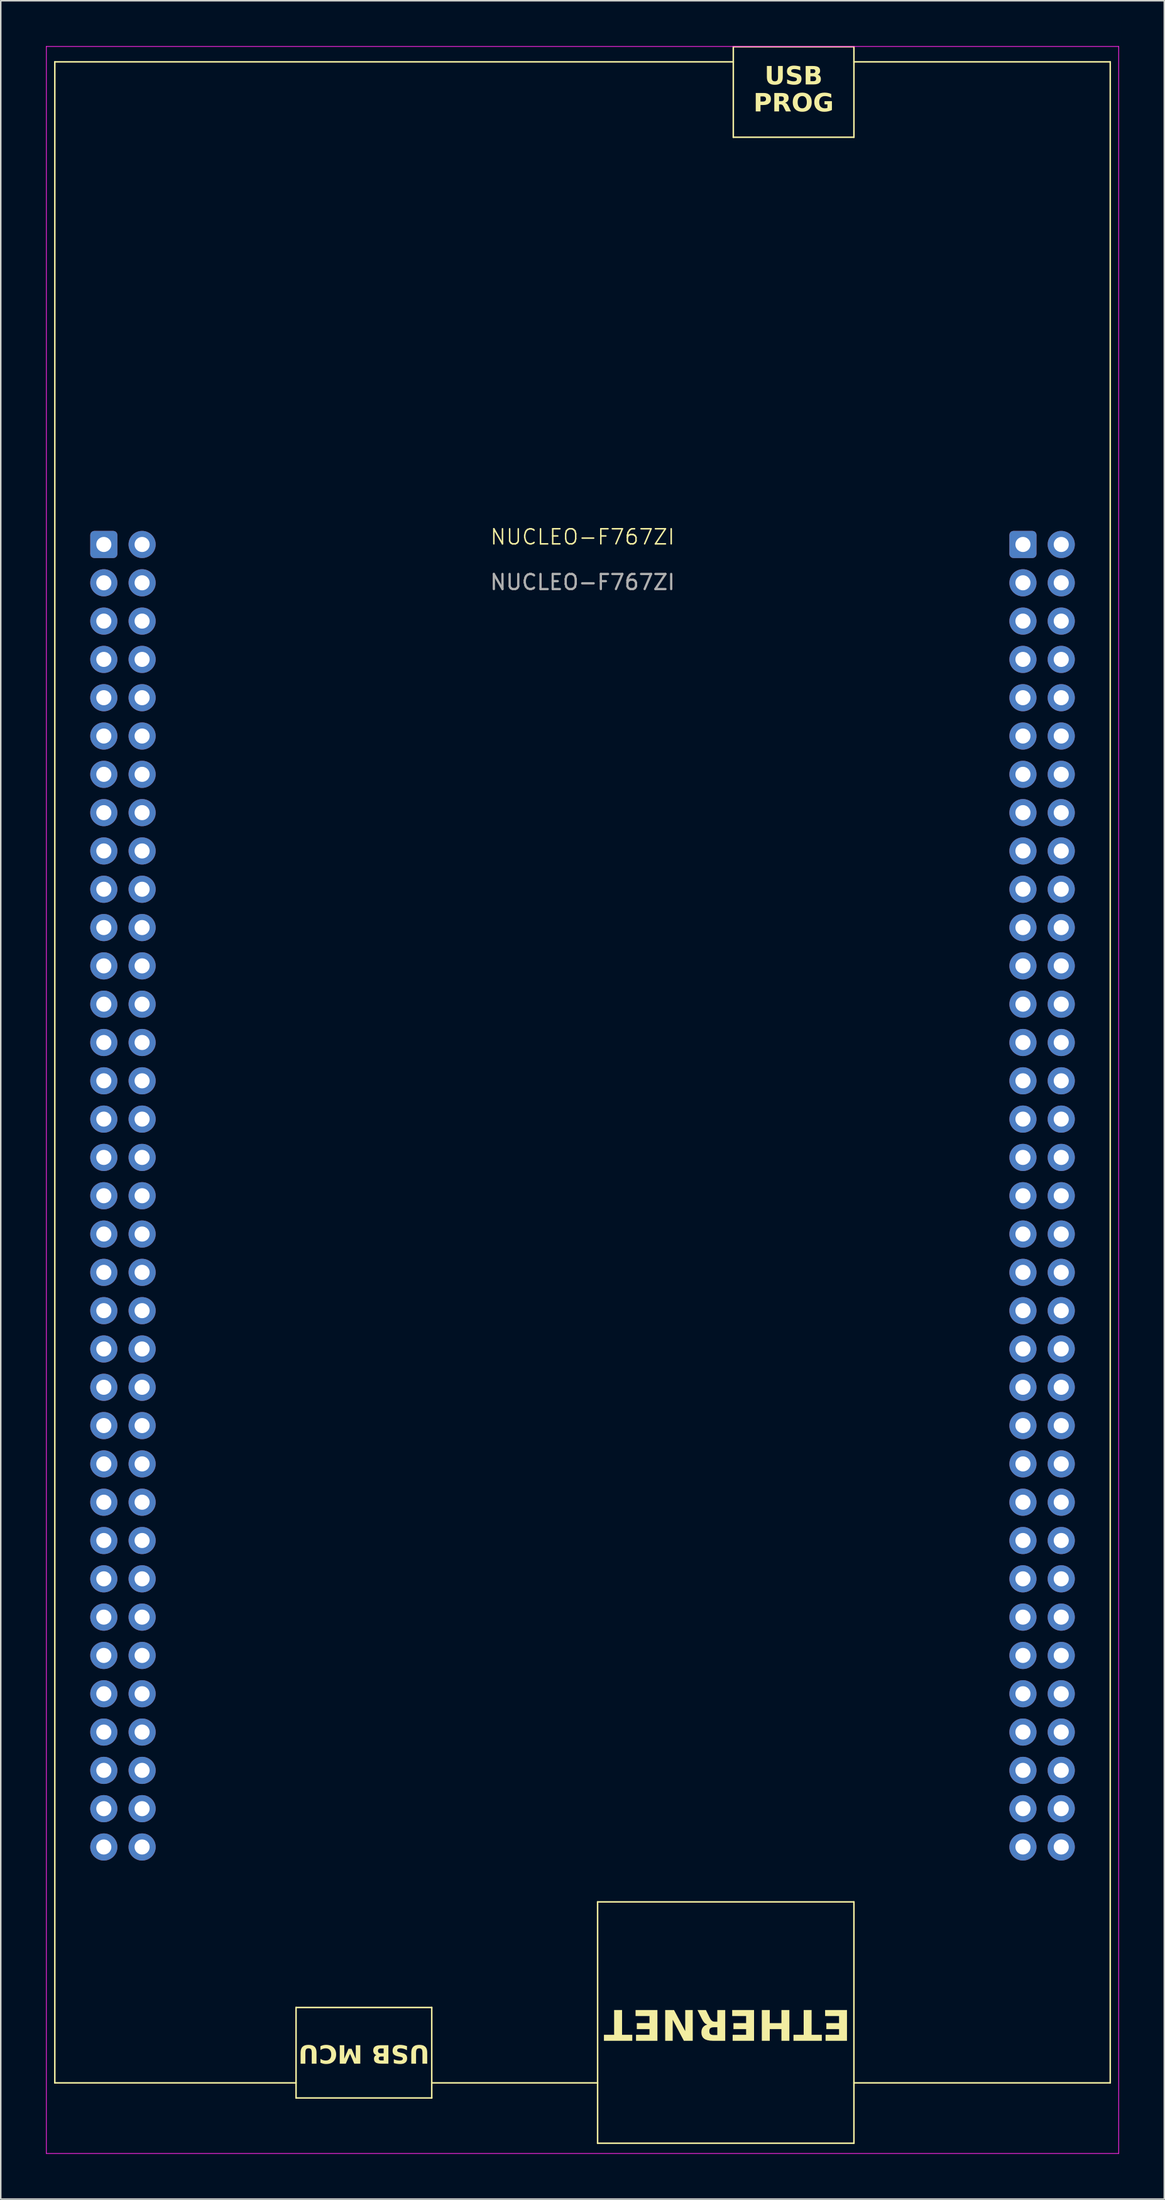
<source format=kicad_pcb>
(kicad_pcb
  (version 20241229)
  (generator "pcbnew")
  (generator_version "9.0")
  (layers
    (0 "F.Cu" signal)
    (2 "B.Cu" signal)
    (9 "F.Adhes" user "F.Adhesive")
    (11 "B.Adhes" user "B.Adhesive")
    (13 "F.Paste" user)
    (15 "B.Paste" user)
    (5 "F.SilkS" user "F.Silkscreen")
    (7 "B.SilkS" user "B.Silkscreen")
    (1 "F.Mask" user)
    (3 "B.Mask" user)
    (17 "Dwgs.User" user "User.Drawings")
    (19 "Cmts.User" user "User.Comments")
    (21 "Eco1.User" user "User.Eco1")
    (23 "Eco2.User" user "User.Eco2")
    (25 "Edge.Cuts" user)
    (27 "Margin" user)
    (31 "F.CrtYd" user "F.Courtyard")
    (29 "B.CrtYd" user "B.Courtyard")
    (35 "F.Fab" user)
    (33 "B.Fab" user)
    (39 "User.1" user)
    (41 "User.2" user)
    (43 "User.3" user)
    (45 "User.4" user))
  (footprint "NUCLEO-F767ZI"
    (layer "F.Cu")
    (at 35.585 33.05)
    (property "Reference" "NUCLEO-F767ZI" (at 0 -0.5 0) (unlocked yes) (layer "F.SilkS") (effects (font (size 1 1) (thickness 0.1))))
    (attr through_hole)
    (fp_line (start -35 -32) (end 10 -32) (stroke (width 0.1) (type default)) (layer "F.SilkS"))
    (fp_line (start -35 102) (end -35 -32) (stroke (width 0.1) (type default)) (layer "F.SilkS"))
    (fp_line (start -35 102) (end -19 102) (stroke (width 0.1) (type default)) (layer "F.SilkS"))
    (fp_line (start -19 97) (end -10 97) (stroke (width 0.1) (type default)) (layer "F.SilkS"))
    (fp_line (start -19 103) (end -19 97) (stroke (width 0.1) (type default)) (layer "F.SilkS"))
    (fp_line (start -19 103) (end -10 103) (stroke (width 0.1) (type default)) (layer "F.SilkS"))
    (fp_line (start -10 102) (end 1 102) (stroke (width 0.1) (type default)) (layer "F.SilkS"))
    (fp_line (start -10 103) (end -10 97) (stroke (width 0.1) (type default)) (layer "F.SilkS"))
    (fp_line (start 1 90) (end 18 90) (stroke (width 0.1) (type default)) (layer "F.SilkS"))
    (fp_line (start 1 106) (end 1 90) (stroke (width 0.1) (type default)) (layer "F.SilkS"))
    (fp_line (start 1 106) (end 18 106) (stroke (width 0.1) (type default)) (layer "F.SilkS"))
    (fp_line (start 10 -33) (end 10 -27) (stroke (width 0.1) (type default)) (layer "F.SilkS"))
    (fp_line (start 10 -33) (end 18 -33) (stroke (width 0.1) (type default)) (layer "F.SilkS"))
    (fp_line (start 10 -27) (end 18 -27) (stroke (width 0.1) (type default)) (layer "F.SilkS"))
    (fp_line (start 18 -33) (end 18 -27) (stroke (width 0.1) (type default)) (layer "F.SilkS"))
    (fp_line (start 18 -32) (end 35 -32) (stroke (width 0.1) (type default)) (layer "F.SilkS"))
    (fp_line (start 18 102) (end 35 102) (stroke (width 0.1) (type default)) (layer "F.SilkS"))
    (fp_line (start 18 106) (end 18 90) (stroke (width 0.1) (type default)) (layer "F.SilkS"))
    (fp_line (start 35 102) (end 35 -32) (stroke (width 0.1) (type default)) (layer "F.SilkS"))
    (fp_line (start -35.56 -33.02) (end 35.56 -33.02) (stroke (width 0.05) (type default)) (layer "F.CrtYd"))
    (fp_line (start -35.56 106.68) (end -35.56 -33.02) (stroke (width 0.05) (type default)) (layer "F.CrtYd"))
    (fp_line (start 35.56 -33.02) (end 35.56 106.68) (stroke (width 0.05) (type default)) (layer "F.CrtYd"))
    (fp_line (start 35.56 106.68) (end -35.56 106.68) (stroke (width 0.05) (type default)) (layer "F.CrtYd"))
    (fp_text user "PROG" (at 14 -29.21 0) (unlocked yes) (layer "F.SilkS") (effects (font (face "Arial") (size 1.2 1.2) (thickness 0.2) (bold yes))))
    (fp_text user "USB MCU" (at -14.5 100 180) (unlocked yes) (layer "F.SilkS") (effects (font (face "Arial") (size 1.2 1.2) (thickness 0.2) (bold yes))))
    (fp_text user "USB" (at 14 -31 0) (unlocked yes) (layer "F.SilkS") (effects (font (face "Arial") (size 1.2 1.2) (thickness 0.2) (bold yes))))
    (fp_text user "ETHERNET" (at 9.6 98 180) (unlocked yes) (layer "F.SilkS") (effects (font (face "Arial") (size 2 2) (thickness 0.2) (bold yes))))
    (fp_text user "${REFERENCE}" (at 0 2.5 0) (unlocked yes) (layer "F.Fab") (effects (font (size 1 1) (thickness 0.15))))
    (pad "11-1" thru_hole roundrect (at -31.75 0) (size 1.8 1.8) (drill 1) (layers "*.Cu" "*.Mask") (roundrect_rratio 0.15))
    (pad "11-2" thru_hole circle (at -29.21 0) (size 1.8 1.8) (drill 1) (layers "*.Cu" "*.Mask"))
    (pad "11-3" thru_hole circle (at -31.75 2.54 180) (size 1.8 1.8) (drill 1) (layers "*.Cu" "*.Mask"))
    (pad "11-4" thru_hole circle (at -29.21 2.54) (size 1.8 1.8) (drill 1) (layers "*.Cu" "*.Mask"))
    (pad "11-5" thru_hole circle (at -31.75 5.08 180) (size 1.8 1.8) (drill 1) (layers "*.Cu" "*.Mask"))
    (pad "11-6" thru_hole circle (at -29.21 5.08) (size 1.8 1.8) (drill 1) (layers "*.Cu" "*.Mask"))
    (pad "11-7" thru_hole circle (at -31.75 7.62 180) (size 1.8 1.8) (drill 1) (layers "*.Cu" "*.Mask"))
    (pad "11-8" thru_hole circle (at -29.21 7.62) (size 1.8 1.8) (drill 1) (layers "*.Cu" "*.Mask"))
    (pad "11-9" thru_hole circle (at -31.75 10.16 180) (size 1.8 1.8) (drill 1) (layers "*.Cu" "*.Mask"))
    (pad "11-10" thru_hole circle (at -29.21 10.16) (size 1.8 1.8) (drill 1) (layers "*.Cu" "*.Mask"))
    (pad "11-11" thru_hole circle (at -31.75 12.7 180) (size 1.8 1.8) (drill 1) (layers "*.Cu" "*.Mask"))
    (pad "11-12" thru_hole circle (at -29.21 12.7) (size 1.8 1.8) (drill 1) (layers "*.Cu" "*.Mask"))
    (pad "11-13" thru_hole circle (at -31.75 15.24 180) (size 1.8 1.8) (drill 1) (layers "*.Cu" "*.Mask"))
    (pad "11-14" thru_hole circle (at -29.21 15.24) (size 1.8 1.8) (drill 1) (layers "*.Cu" "*.Mask"))
    (pad "11-15" thru_hole circle (at -31.75 17.78 180) (size 1.8 1.8) (drill 1) (layers "*.Cu" "*.Mask"))
    (pad "11-16" thru_hole circle (at -29.21 17.78) (size 1.8 1.8) (drill 1) (layers "*.Cu" "*.Mask"))
    (pad "11-17" thru_hole circle (at -31.75 20.32 180) (size 1.8 1.8) (drill 1) (layers "*.Cu" "*.Mask"))
    (pad "11-18" thru_hole circle (at -29.21 20.32) (size 1.8 1.8) (drill 1) (layers "*.Cu" "*.Mask"))
    (pad "11-19" thru_hole circle (at -31.75 22.86 180) (size 1.8 1.8) (drill 1) (layers "*.Cu" "*.Mask"))
    (pad "11-20" thru_hole circle (at -29.21 22.86) (size 1.8 1.8) (drill 1) (layers "*.Cu" "*.Mask"))
    (pad "11-21" thru_hole circle (at -31.75 25.4 180) (size 1.8 1.8) (drill 1) (layers "*.Cu" "*.Mask"))
    (pad "11-22" thru_hole circle (at -29.21 25.4) (size 1.8 1.8) (drill 1) (layers "*.Cu" "*.Mask"))
    (pad "11-23" thru_hole circle (at -31.75 27.94 180) (size 1.8 1.8) (drill 1) (layers "*.Cu" "*.Mask"))
    (pad "11-24" thru_hole circle (at -29.21 27.94) (size 1.8 1.8) (drill 1) (layers "*.Cu" "*.Mask"))
    (pad "11-25" thru_hole circle (at -31.75 30.48 180) (size 1.8 1.8) (drill 1) (layers "*.Cu" "*.Mask"))
    (pad "11-26" thru_hole circle (at -29.21 30.48) (size 1.8 1.8) (drill 1) (layers "*.Cu" "*.Mask"))
    (pad "11-27" thru_hole circle (at -31.75 33.02 180) (size 1.8 1.8) (drill 1) (layers "*.Cu" "*.Mask"))
    (pad "11-28" thru_hole circle (at -29.21 33.02) (size 1.8 1.8) (drill 1) (layers "*.Cu" "*.Mask"))
    (pad "11-29" thru_hole circle (at -31.75 35.56 180) (size 1.8 1.8) (drill 1) (layers "*.Cu" "*.Mask"))
    (pad "11-30" thru_hole circle (at -29.21 35.56) (size 1.8 1.8) (drill 1) (layers "*.Cu" "*.Mask"))
    (pad "11-31" thru_hole circle (at -31.75 38.1 180) (size 1.8 1.8) (drill 1) (layers "*.Cu" "*.Mask"))
    (pad "11-32" thru_hole circle (at -29.21 38.1) (size 1.8 1.8) (drill 1) (layers "*.Cu" "*.Mask"))
    (pad "11-33" thru_hole circle (at -31.75 40.64 180) (size 1.8 1.8) (drill 1) (layers "*.Cu" "*.Mask"))
    (pad "11-34" thru_hole circle (at -29.21 40.64) (size 1.8 1.8) (drill 1) (layers "*.Cu" "*.Mask"))
    (pad "11-35" thru_hole circle (at -31.75 43.18 180) (size 1.8 1.8) (drill 1) (layers "*.Cu" "*.Mask"))
    (pad "11-36" thru_hole circle (at -29.21 43.18) (size 1.8 1.8) (drill 1) (layers "*.Cu" "*.Mask"))
    (pad "11-37" thru_hole circle (at -31.75 45.72 180) (size 1.8 1.8) (drill 1) (layers "*.Cu" "*.Mask"))
    (pad "11-38" thru_hole circle (at -29.21 45.72) (size 1.8 1.8) (drill 1) (layers "*.Cu" "*.Mask"))
    (pad "11-39" thru_hole circle (at -31.75 48.26 180) (size 1.8 1.8) (drill 1) (layers "*.Cu" "*.Mask"))
    (pad "11-40" thru_hole circle (at -29.21 48.26) (size 1.8 1.8) (drill 1) (layers "*.Cu" "*.Mask"))
    (pad "11-41" thru_hole circle (at -31.75 50.8 180) (size 1.8 1.8) (drill 1) (layers "*.Cu" "*.Mask"))
    (pad "11-42" thru_hole circle (at -29.21 50.8) (size 1.8 1.8) (drill 1) (layers "*.Cu" "*.Mask"))
    (pad "11-43" thru_hole circle (at -31.75 53.34 180) (size 1.8 1.8) (drill 1) (layers "*.Cu" "*.Mask"))
    (pad "11-44" thru_hole circle (at -29.21 53.34) (size 1.8 1.8) (drill 1) (layers "*.Cu" "*.Mask"))
    (pad "11-45" thru_hole circle (at -31.75 55.88 180) (size 1.8 1.8) (drill 1) (layers "*.Cu" "*.Mask"))
    (pad "11-46" thru_hole circle (at -29.21 55.88) (size 1.8 1.8) (drill 1) (layers "*.Cu" "*.Mask"))
    (pad "11-47" thru_hole circle (at -31.75 58.42 180) (size 1.8 1.8) (drill 1) (layers "*.Cu" "*.Mask"))
    (pad "11-48" thru_hole circle (at -29.21 58.42) (size 1.8 1.8) (drill 1) (layers "*.Cu" "*.Mask"))
    (pad "11-49" thru_hole circle (at -31.75 60.96 180) (size 1.8 1.8) (drill 1) (layers "*.Cu" "*.Mask"))
    (pad "11-50" thru_hole circle (at -29.21 60.96) (size 1.8 1.8) (drill 1) (layers "*.Cu" "*.Mask"))
    (pad "11-51" thru_hole circle (at -31.75 63.5 180) (size 1.8 1.8) (drill 1) (layers "*.Cu" "*.Mask"))
    (pad "11-52" thru_hole circle (at -29.21 63.5) (size 1.8 1.8) (drill 1) (layers "*.Cu" "*.Mask"))
    (pad "11-53" thru_hole circle (at -31.75 66.04 180) (size 1.8 1.8) (drill 1) (layers "*.Cu" "*.Mask"))
    (pad "11-54" thru_hole circle (at -29.21 66.04) (size 1.8 1.8) (drill 1) (layers "*.Cu" "*.Mask"))
    (pad "11-55" thru_hole circle (at -31.75 68.58 180) (size 1.8 1.8) (drill 1) (layers "*.Cu" "*.Mask"))
    (pad "11-56" thru_hole circle (at -29.21 68.58) (size 1.8 1.8) (drill 1) (layers "*.Cu" "*.Mask"))
    (pad "11-57" thru_hole circle (at -31.75 71.12 180) (size 1.8 1.8) (drill 1) (layers "*.Cu" "*.Mask"))
    (pad "11-58" thru_hole circle (at -29.21 71.12) (size 1.8 1.8) (drill 1) (layers "*.Cu" "*.Mask"))
    (pad "11-59" thru_hole circle (at -31.75 73.66 180) (size 1.8 1.8) (drill 1) (layers "*.Cu" "*.Mask"))
    (pad "11-60" thru_hole circle (at -29.21 73.66) (size 1.8 1.8) (drill 1) (layers "*.Cu" "*.Mask"))
    (pad "11-61" thru_hole circle (at -31.75 76.2 180) (size 1.8 1.8) (drill 1) (layers "*.Cu" "*.Mask"))
    (pad "11-62" thru_hole circle (at -29.21 76.2) (size 1.8 1.8) (drill 1) (layers "*.Cu" "*.Mask"))
    (pad "11-63" thru_hole circle (at -31.75 78.74 180) (size 1.8 1.8) (drill 1) (layers "*.Cu" "*.Mask"))
    (pad "11-64" thru_hole circle (at -29.21 78.74) (size 1.8 1.8) (drill 1) (layers "*.Cu" "*.Mask"))
    (pad "11-65" thru_hole circle (at -31.75 81.28 180) (size 1.8 1.8) (drill 1) (layers "*.Cu" "*.Mask"))
    (pad "11-66" thru_hole circle (at -29.21 81.28) (size 1.8 1.8) (drill 1) (layers "*.Cu" "*.Mask"))
    (pad "11-67" thru_hole circle (at -31.75 83.82 180) (size 1.8 1.8) (drill 1) (layers "*.Cu" "*.Mask"))
    (pad "11-68" thru_hole circle (at -29.21 83.82) (size 1.8 1.8) (drill 1) (layers "*.Cu" "*.Mask"))
    (pad "11-69" thru_hole circle (at -31.75 86.36 180) (size 1.8 1.8) (drill 1) (layers "*.Cu" "*.Mask"))
    (pad "11-70" thru_hole circle (at -29.21 86.36) (size 1.8 1.8) (drill 1) (layers "*.Cu" "*.Mask"))
    (pad "12-1" thru_hole roundrect (at 29.21 0) (size 1.8 1.8) (drill 1) (layers "*.Cu" "*.Mask") (roundrect_rratio 0.15))
    (pad "12-2" thru_hole circle (at 31.75 0) (size 1.8 1.8) (drill 1) (layers "*.Cu" "*.Mask"))
    (pad "12-3" thru_hole circle (at 29.21 2.54 180) (size 1.8 1.8) (drill 1) (layers "*.Cu" "*.Mask"))
    (pad "12-4" thru_hole circle (at 31.75 2.54) (size 1.8 1.8) (drill 1) (layers "*.Cu" "*.Mask"))
    (pad "12-5" thru_hole circle (at 29.21 5.08 180) (size 1.8 1.8) (drill 1) (layers "*.Cu" "*.Mask"))
    (pad "12-6" thru_hole circle (at 31.75 5.08) (size 1.8 1.8) (drill 1) (layers "*.Cu" "*.Mask"))
    (pad "12-7" thru_hole circle (at 29.21 7.62 180) (size 1.8 1.8) (drill 1) (layers "*.Cu" "*.Mask"))
    (pad "12-8" thru_hole circle (at 31.75 7.62) (size 1.8 1.8) (drill 1) (layers "*.Cu" "*.Mask"))
    (pad "12-9" thru_hole circle (at 29.21 10.16 180) (size 1.8 1.8) (drill 1) (layers "*.Cu" "*.Mask"))
    (pad "12-10" thru_hole circle (at 31.75 10.16) (size 1.8 1.8) (drill 1) (layers "*.Cu" "*.Mask"))
    (pad "12-11" thru_hole circle (at 29.21 12.7 180) (size 1.8 1.8) (drill 1) (layers "*.Cu" "*.Mask"))
    (pad "12-12" thru_hole circle (at 31.75 12.7) (size 1.8 1.8) (drill 1) (layers "*.Cu" "*.Mask"))
    (pad "12-13" thru_hole circle (at 29.21 15.24 180) (size 1.8 1.8) (drill 1) (layers "*.Cu" "*.Mask"))
    (pad "12-14" thru_hole circle (at 31.75 15.24) (size 1.8 1.8) (drill 1) (layers "*.Cu" "*.Mask"))
    (pad "12-15" thru_hole circle (at 29.21 17.78 180) (size 1.8 1.8) (drill 1) (layers "*.Cu" "*.Mask"))
    (pad "12-16" thru_hole circle (at 31.75 17.78) (size 1.8 1.8) (drill 1) (layers "*.Cu" "*.Mask"))
    (pad "12-17" thru_hole circle (at 29.21 20.32 180) (size 1.8 1.8) (drill 1) (layers "*.Cu" "*.Mask"))
    (pad "12-18" thru_hole circle (at 31.75 20.32) (size 1.8 1.8) (drill 1) (layers "*.Cu" "*.Mask"))
    (pad "12-19" thru_hole circle (at 29.21 22.86 180) (size 1.8 1.8) (drill 1) (layers "*.Cu" "*.Mask"))
    (pad "12-20" thru_hole circle (at 31.75 22.86) (size 1.8 1.8) (drill 1) (layers "*.Cu" "*.Mask"))
    (pad "12-21" thru_hole circle (at 29.21 25.4 180) (size 1.8 1.8) (drill 1) (layers "*.Cu" "*.Mask"))
    (pad "12-22" thru_hole circle (at 31.75 25.4) (size 1.8 1.8) (drill 1) (layers "*.Cu" "*.Mask"))
    (pad "12-23" thru_hole circle (at 29.21 27.94 180) (size 1.8 1.8) (drill 1) (layers "*.Cu" "*.Mask"))
    (pad "12-24" thru_hole circle (at 31.75 27.94) (size 1.8 1.8) (drill 1) (layers "*.Cu" "*.Mask"))
    (pad "12-25" thru_hole circle (at 29.21 30.48 180) (size 1.8 1.8) (drill 1) (layers "*.Cu" "*.Mask"))
    (pad "12-26" thru_hole circle (at 31.75 30.48) (size 1.8 1.8) (drill 1) (layers "*.Cu" "*.Mask"))
    (pad "12-27" thru_hole circle (at 29.21 33.02 180) (size 1.8 1.8) (drill 1) (layers "*.Cu" "*.Mask"))
    (pad "12-28" thru_hole circle (at 31.75 33.02) (size 1.8 1.8) (drill 1) (layers "*.Cu" "*.Mask"))
    (pad "12-29" thru_hole circle (at 29.21 35.56 180) (size 1.8 1.8) (drill 1) (layers "*.Cu" "*.Mask"))
    (pad "12-30" thru_hole circle (at 31.75 35.56) (size 1.8 1.8) (drill 1) (layers "*.Cu" "*.Mask"))
    (pad "12-31" thru_hole circle (at 29.21 38.1 180) (size 1.8 1.8) (drill 1) (layers "*.Cu" "*.Mask"))
    (pad "12-32" thru_hole circle (at 31.75 38.1) (size 1.8 1.8) (drill 1) (layers "*.Cu" "*.Mask"))
    (pad "12-33" thru_hole circle (at 29.21 40.64 180) (size 1.8 1.8) (drill 1) (layers "*.Cu" "*.Mask"))
    (pad "12-34" thru_hole circle (at 31.75 40.64) (size 1.8 1.8) (drill 1) (layers "*.Cu" "*.Mask"))
    (pad "12-35" thru_hole circle (at 29.21 43.18 180) (size 1.8 1.8) (drill 1) (layers "*.Cu" "*.Mask"))
    (pad "12-36" thru_hole circle (at 31.75 43.18) (size 1.8 1.8) (drill 1) (layers "*.Cu" "*.Mask"))
    (pad "12-37" thru_hole circle (at 29.21 45.72 180) (size 1.8 1.8) (drill 1) (layers "*.Cu" "*.Mask"))
    (pad "12-38" thru_hole circle (at 31.75 45.72) (size 1.8 1.8) (drill 1) (layers "*.Cu" "*.Mask"))
    (pad "12-39" thru_hole circle (at 29.21 48.26 180) (size 1.8 1.8) (drill 1) (layers "*.Cu" "*.Mask"))
    (pad "12-40" thru_hole circle (at 31.75 48.26) (size 1.8 1.8) (drill 1) (layers "*.Cu" "*.Mask"))
    (pad "12-41" thru_hole circle (at 29.21 50.8 180) (size 1.8 1.8) (drill 1) (layers "*.Cu" "*.Mask"))
    (pad "12-42" thru_hole circle (at 31.75 50.8) (size 1.8 1.8) (drill 1) (layers "*.Cu" "*.Mask"))
    (pad "12-43" thru_hole circle (at 29.21 53.34 180) (size 1.8 1.8) (drill 1) (layers "*.Cu" "*.Mask"))
    (pad "12-44" thru_hole circle (at 31.75 53.34) (size 1.8 1.8) (drill 1) (layers "*.Cu" "*.Mask"))
    (pad "12-45" thru_hole circle (at 29.21 55.88 180) (size 1.8 1.8) (drill 1) (layers "*.Cu" "*.Mask"))
    (pad "12-46" thru_hole circle (at 31.75 55.88) (size 1.8 1.8) (drill 1) (layers "*.Cu" "*.Mask"))
    (pad "12-47" thru_hole circle (at 29.21 58.42 180) (size 1.8 1.8) (drill 1) (layers "*.Cu" "*.Mask"))
    (pad "12-48" thru_hole circle (at 31.75 58.42) (size 1.8 1.8) (drill 1) (layers "*.Cu" "*.Mask"))
    (pad "12-49" thru_hole circle (at 29.21 60.96 180) (size 1.8 1.8) (drill 1) (layers "*.Cu" "*.Mask"))
    (pad "12-50" thru_hole circle (at 31.75 60.96) (size 1.8 1.8) (drill 1) (layers "*.Cu" "*.Mask"))
    (pad "12-51" thru_hole circle (at 29.21 63.5 180) (size 1.8 1.8) (drill 1) (layers "*.Cu" "*.Mask"))
    (pad "12-52" thru_hole circle (at 31.75 63.5) (size 1.8 1.8) (drill 1) (layers "*.Cu" "*.Mask"))
    (pad "12-53" thru_hole circle (at 29.21 66.04 180) (size 1.8 1.8) (drill 1) (layers "*.Cu" "*.Mask"))
    (pad "12-54" thru_hole circle (at 31.75 66.04) (size 1.8 1.8) (drill 1) (layers "*.Cu" "*.Mask"))
    (pad "12-55" thru_hole circle (at 29.21 68.58 180) (size 1.8 1.8) (drill 1) (layers "*.Cu" "*.Mask"))
    (pad "12-56" thru_hole circle (at 31.75 68.58) (size 1.8 1.8) (drill 1) (layers "*.Cu" "*.Mask"))
    (pad "12-57" thru_hole circle (at 29.21 71.12 180) (size 1.8 1.8) (drill 1) (layers "*.Cu" "*.Mask"))
    (pad "12-58" thru_hole circle (at 31.75 71.12) (size 1.8 1.8) (drill 1) (layers "*.Cu" "*.Mask"))
    (pad "12-59" thru_hole circle (at 29.21 73.66 180) (size 1.8 1.8) (drill 1) (layers "*.Cu" "*.Mask"))
    (pad "12-60" thru_hole circle (at 31.75 73.66) (size 1.8 1.8) (drill 1) (layers "*.Cu" "*.Mask"))
    (pad "12-61" thru_hole circle (at 29.21 76.2 180) (size 1.8 1.8) (drill 1) (layers "*.Cu" "*.Mask"))
    (pad "12-62" thru_hole circle (at 31.75 76.2) (size 1.8 1.8) (drill 1) (layers "*.Cu" "*.Mask"))
    (pad "12-63" thru_hole circle (at 29.21 78.74 180) (size 1.8 1.8) (drill 1) (layers "*.Cu" "*.Mask"))
    (pad "12-64" thru_hole circle (at 31.75 78.74) (size 1.8 1.8) (drill 1) (layers "*.Cu" "*.Mask"))
    (pad "12-65" thru_hole circle (at 29.21 81.28 180) (size 1.8 1.8) (drill 1) (layers "*.Cu" "*.Mask"))
    (pad "12-66" thru_hole circle (at 31.75 81.28) (size 1.8 1.8) (drill 1) (layers "*.Cu" "*.Mask"))
    (pad "12-67" thru_hole circle (at 29.21 83.82 180) (size 1.8 1.8) (drill 1) (layers "*.Cu" "*.Mask"))
    (pad "12-68" thru_hole circle (at 31.75 83.82) (size 1.8 1.8) (drill 1) (layers "*.Cu" "*.Mask"))
    (pad "12-69" thru_hole circle (at 29.21 86.36 180) (size 1.8 1.8) (drill 1) (layers "*.Cu" "*.Mask"))
    (pad "12-70" thru_hole circle (at 31.75 86.36) (size 1.8 1.8) (drill 1) (layers "*.Cu" "*.Mask")))
  (gr_rect
    (start -3 -3)
    (end 74.17 142.755)
    (stroke (width 0.1) (type default))
    (fill no)
    (layer "Edge.Cuts")))
</source>
